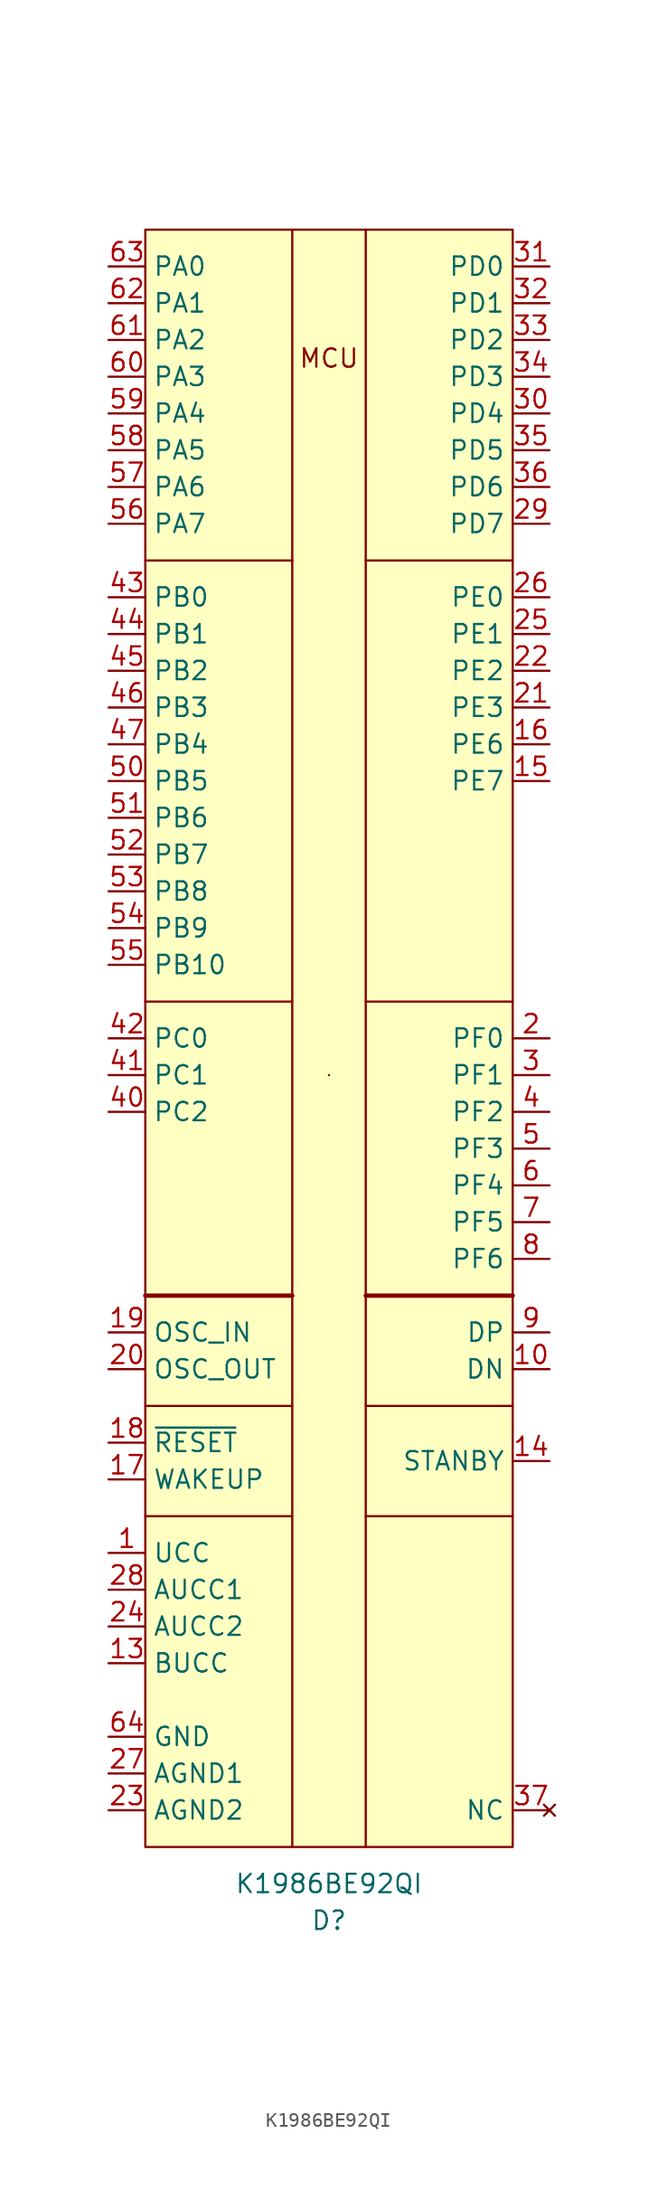
<source format=kicad_sym>
(kicad_symbol_lib
  (version 20211014)
  (generator kicad_symbol_editor)
  (symbol "K1986BE92QI"
    (property "Reference" "D"
      (at 0 -60.96 0)
      (effects (font (size 1.27 1.27))))
    (property "Value" "K1986BE92QI"
      (at 0 -58.42 0)
      (effects (font (size 1.27 1.27))))
    (symbol "K1986BE92QI_0_0"
      (text "MCU" (at 0 46.99 0) (effects (font (size 1.27 1.27)))))
    (symbol "K1986BE92QI_0_1"
      (rectangle (start -12.7 55.88) (end 12.7 -55.88) (stroke (width 0.152) (type default) (color 0 0 0 0)) (fill (type background)))
      (rectangle (start 0 -2.54) (end 0 -2.54) (stroke (width 0.152) (type default) (color 0 0 0 0)) (fill (type none)))
      (polyline (pts (xy -12.7 -33.02) (xy -2.54 -33.02)) (stroke (width 0.152) (type default) (color 0 0 0 0)) (fill (type none)))
      (polyline (pts (xy -12.7 -25.4) (xy -2.54 -25.4)) (stroke (width 0.152) (type default) (color 0 0 0 0)) (fill (type none)))
      (polyline (pts (xy -12.7 -17.78) (xy -2.54 -17.78)) (stroke (width 0.3) (type default) (color 0 0 0 0)) (fill (type none)))
      (polyline (pts (xy -12.7 2.54) (xy -2.54 2.54)) (stroke (width 0.152) (type default) (color 0 0 0 0)) (fill (type none)))
      (polyline (pts (xy -12.7 33.02) (xy -2.54 33.02)) (stroke (width 0.152) (type default) (color 0 0 0 0)) (fill (type none)))
      (polyline (pts (xy -2.54 55.88) (xy -2.54 -55.88)) (stroke (width 0.152) (type default) (color 0 0 0 0)) (fill (type none)))
      (polyline (pts (xy 2.54 -55.88) (xy 2.54 55.88)) (stroke (width 0.152) (type default) (color 0 0 0 0)) (fill (type none)))
      (polyline (pts (xy 2.54 -33.02) (xy 12.7 -33.02)) (stroke (width 0.152) (type default) (color 0 0 0 0)) (fill (type none)))
      (polyline (pts (xy 2.54 -25.4) (xy 12.7 -25.4)) (stroke (width 0.152) (type default) (color 0 0 0 0)) (fill (type none)))
      (polyline (pts (xy 2.54 -17.78) (xy 12.7 -17.78)) (stroke (width 0.3) (type default) (color 0 0 0 0)) (fill (type none)))
      (polyline (pts (xy 2.54 2.54) (xy 12.7 2.54)) (stroke (width 0.152) (type default) (color 0 0 0 0)) (fill (type none)))
      (polyline (pts (xy 2.54 33.02) (xy 12.7 33.02)) (stroke (width 0.152) (type default) (color 0 0 0 0)) (fill (type none))))
    (symbol "K1986BE92QI_1_1"
      (pin power_in line (at -15.24 -35.56 0) (length 2.54) (name "UCC" (effects (font (size 1.27 1.27)))) (number "1" (effects (font (size 1.27 1.27)))))
      (pin input line (at 15.24 -22.86 180) (length 2.54) (name "DN" (effects (font (size 1.27 1.27)))) (number "10" (effects (font (size 1.27 1.27)))))
      (pin power_in line (at -15.24 -48.26 0) (length 2.54) hide (name "GND" (effects (font (size 1.27 1.27)))) (number "11" (effects (font (size 1.27 1.27)))))
      (pin power_in line (at -15.24 -35.56 0) (length 2.54) hide (name "UCC" (effects (font (size 1.27 1.27)))) (number "12" (effects (font (size 1.27 1.27)))))
      (pin power_in line (at -15.24 -43.18 0) (length 2.54) (name "BUCC" (effects (font (size 1.27 1.27)))) (number "13" (effects (font (size 1.27 1.27)))))
      (pin input line (at 15.24 -29.21 180) (length 2.54) (name "STANBY" (effects (font (size 1.27 1.27)))) (number "14" (effects (font (size 1.27 1.27)))))
      (pin bidirectional line (at 15.24 17.78 180) (length 2.54) (name "PE7" (effects (font (size 1.27 1.27)))) (number "15" (effects (font (size 1.27 1.27)))))
      (pin bidirectional line (at 15.24 20.32 180) (length 2.54) (name "PE6" (effects (font (size 1.27 1.27)))) (number "16" (effects (font (size 1.27 1.27)))))
      (pin input line (at -15.24 -30.48 0) (length 2.54) (name "WAKEUP" (effects (font (size 1.27 1.27)))) (number "17" (effects (font (size 1.27 1.27)))))
      (pin input line (at -15.24 -27.94 0) (length 2.54) (name "~{RESET}" (effects (font (size 1.27 1.27)))) (number "18" (effects (font (size 1.27 1.27)))))
      (pin input line (at -15.24 -20.32 0) (length 2.54) (name "OSC_IN" (effects (font (size 1.27 1.27)))) (number "19" (effects (font (size 1.27 1.27)))))
      (pin bidirectional line (at 15.24 0 180) (length 2.54) (name "PF0" (effects (font (size 1.27 1.27)))) (number "2" (effects (font (size 1.27 1.27)))))
      (pin output line (at -15.24 -22.86 0) (length 2.54) (name "OSC_OUT" (effects (font (size 1.27 1.27)))) (number "20" (effects (font (size 1.27 1.27)))))
      (pin bidirectional line (at 15.24 22.86 180) (length 2.54) (name "PE3" (effects (font (size 1.27 1.27)))) (number "21" (effects (font (size 1.27 1.27)))))
      (pin bidirectional line (at 15.24 25.4 180) (length 2.54) (name "PE2" (effects (font (size 1.27 1.27)))) (number "22" (effects (font (size 1.27 1.27)))))
      (pin power_in line (at -15.24 -53.34 0) (length 2.54) (name "AGND2" (effects (font (size 1.27 1.27)))) (number "23" (effects (font (size 1.27 1.27)))))
      (pin power_in line (at -15.24 -40.64 0) (length 2.54) (name "AUCC2" (effects (font (size 1.27 1.27)))) (number "24" (effects (font (size 1.27 1.27)))))
      (pin bidirectional line (at 15.24 27.94 180) (length 2.54) (name "PE1" (effects (font (size 1.27 1.27)))) (number "25" (effects (font (size 1.27 1.27)))))
      (pin bidirectional line (at 15.24 30.48 180) (length 2.54) (name "PE0" (effects (font (size 1.27 1.27)))) (number "26" (effects (font (size 1.27 1.27)))))
      (pin power_in line (at -15.24 -50.8 0) (length 2.54) (name "AGND1" (effects (font (size 1.27 1.27)))) (number "27" (effects (font (size 1.27 1.27)))))
      (pin power_in line (at -15.24 -38.1 0) (length 2.54) (name "AUCC1" (effects (font (size 1.27 1.27)))) (number "28" (effects (font (size 1.27 1.27)))))
      (pin bidirectional line (at 15.24 35.56 180) (length 2.54) (name "PD7" (effects (font (size 1.27 1.27)))) (number "29" (effects (font (size 1.27 1.27)))))
      (pin bidirectional line (at 15.24 -2.54 180) (length 2.54) (name "PF1" (effects (font (size 1.27 1.27)))) (number "3" (effects (font (size 1.27 1.27)))))
      (pin bidirectional line (at 15.24 43.18 180) (length 2.54) (name "PD4" (effects (font (size 1.27 1.27)))) (number "30" (effects (font (size 1.27 1.27)))))
      (pin bidirectional line (at 15.24 53.34 180) (length 2.54) (name "PD0" (effects (font (size 1.27 1.27)))) (number "31" (effects (font (size 1.27 1.27)))))
      (pin bidirectional line (at 15.24 50.8 180) (length 2.54) (name "PD1" (effects (font (size 1.27 1.27)))) (number "32" (effects (font (size 1.27 1.27)))))
      (pin bidirectional line (at 15.24 48.26 180) (length 2.54) (name "PD2" (effects (font (size 1.27 1.27)))) (number "33" (effects (font (size 1.27 1.27)))))
      (pin bidirectional line (at 15.24 45.72 180) (length 2.54) (name "PD3" (effects (font (size 1.27 1.27)))) (number "34" (effects (font (size 1.27 1.27)))))
      (pin bidirectional line (at 15.24 40.64 180) (length 2.54) (name "PD5" (effects (font (size 1.27 1.27)))) (number "35" (effects (font (size 1.27 1.27)))))
      (pin bidirectional line (at 15.24 38.1 180) (length 2.54) (name "PD6" (effects (font (size 1.27 1.27)))) (number "36" (effects (font (size 1.27 1.27)))))
      (pin no_connect line (at 15.24 -53.34 180) (length 2.54) (name "NC" (effects (font (size 1.27 1.27)))) (number "37" (effects (font (size 1.27 1.27)))))
      (pin power_in line (at -15.24 -35.56 0) (length 2.54) hide (name "UCC" (effects (font (size 1.27 1.27)))) (number "38" (effects (font (size 1.27 1.27)))))
      (pin power_in line (at -15.24 -48.26 0) (length 2.54) hide (name "GND" (effects (font (size 1.27 1.27)))) (number "39" (effects (font (size 1.27 1.27)))))
      (pin bidirectional line (at 15.24 -5.08 180) (length 2.54) (name "PF2" (effects (font (size 1.27 1.27)))) (number "4" (effects (font (size 1.27 1.27)))))
      (pin bidirectional line (at -15.24 -5.08 0) (length 2.54) (name "PC2" (effects (font (size 1.27 1.27)))) (number "40" (effects (font (size 1.27 1.27)))))
      (pin bidirectional line (at -15.24 -2.54 0) (length 2.54) (name "PC1" (effects (font (size 1.27 1.27)))) (number "41" (effects (font (size 1.27 1.27)))))
      (pin bidirectional line (at -15.24 0 0) (length 2.54) (name "PC0" (effects (font (size 1.27 1.27)))) (number "42" (effects (font (size 1.27 1.27)))))
      (pin bidirectional line (at -15.24 30.48 0) (length 2.54) (name "PB0" (effects (font (size 1.27 1.27)))) (number "43" (effects (font (size 1.27 1.27)))))
      (pin bidirectional line (at -15.24 27.94 0) (length 2.54) (name "PB1" (effects (font (size 1.27 1.27)))) (number "44" (effects (font (size 1.27 1.27)))))
      (pin bidirectional line (at -15.24 25.4 0) (length 2.54) (name "PB2" (effects (font (size 1.27 1.27)))) (number "45" (effects (font (size 1.27 1.27)))))
      (pin bidirectional line (at -15.24 22.86 0) (length 2.54) (name "PB3" (effects (font (size 1.27 1.27)))) (number "46" (effects (font (size 1.27 1.27)))))
      (pin bidirectional line (at -15.24 20.32 0) (length 2.54) (name "PB4" (effects (font (size 1.27 1.27)))) (number "47" (effects (font (size 1.27 1.27)))))
      (pin power_in line (at -15.24 -35.56 0) (length 2.54) hide (name "UCC" (effects (font (size 1.27 1.27)))) (number "48" (effects (font (size 1.27 1.27)))))
      (pin power_in line (at -15.24 -48.26 0) (length 2.54) hide (name "GND" (effects (font (size 1.27 1.27)))) (number "49" (effects (font (size 1.27 1.27)))))
      (pin bidirectional line (at 15.24 -7.62 180) (length 2.54) (name "PF3" (effects (font (size 1.27 1.27)))) (number "5" (effects (font (size 1.27 1.27)))))
      (pin bidirectional line (at -15.24 17.78 0) (length 2.54) (name "PB5" (effects (font (size 1.27 1.27)))) (number "50" (effects (font (size 1.27 1.27)))))
      (pin bidirectional line (at -15.24 15.24 0) (length 2.54) (name "PB6" (effects (font (size 1.27 1.27)))) (number "51" (effects (font (size 1.27 1.27)))))
      (pin bidirectional line (at -15.24 12.7 0) (length 2.54) (name "PB7" (effects (font (size 1.27 1.27)))) (number "52" (effects (font (size 1.27 1.27)))))
      (pin bidirectional line (at -15.24 10.16 0) (length 2.54) (name "PB8" (effects (font (size 1.27 1.27)))) (number "53" (effects (font (size 1.27 1.27)))))
      (pin bidirectional line (at -15.24 7.62 0) (length 2.54) (name "PB9" (effects (font (size 1.27 1.27)))) (number "54" (effects (font (size 1.27 1.27)))))
      (pin bidirectional line (at -15.24 5.08 0) (length 2.54) (name "PB10" (effects (font (size 1.27 1.27)))) (number "55" (effects (font (size 1.27 1.27)))))
      (pin bidirectional line (at -15.24 35.56 0) (length 2.54) (name "PA7" (effects (font (size 1.27 1.27)))) (number "56" (effects (font (size 1.27 1.27)))))
      (pin bidirectional line (at -15.24 38.1 0) (length 2.54) (name "PA6" (effects (font (size 1.27 1.27)))) (number "57" (effects (font (size 1.27 1.27)))))
      (pin bidirectional line (at -15.24 40.64 0) (length 2.54) (name "PA5" (effects (font (size 1.27 1.27)))) (number "58" (effects (font (size 1.27 1.27)))))
      (pin bidirectional line (at -15.24 43.18 0) (length 2.54) (name "PA4" (effects (font (size 1.27 1.27)))) (number "59" (effects (font (size 1.27 1.27)))))
      (pin bidirectional line (at 15.24 -10.16 180) (length 2.54) (name "PF4" (effects (font (size 1.27 1.27)))) (number "6" (effects (font (size 1.27 1.27)))))
      (pin bidirectional line (at -15.24 45.72 0) (length 2.54) (name "PA3" (effects (font (size 1.27 1.27)))) (number "60" (effects (font (size 1.27 1.27)))))
      (pin bidirectional line (at -15.24 48.26 0) (length 2.54) (name "PA2" (effects (font (size 1.27 1.27)))) (number "61" (effects (font (size 1.27 1.27)))))
      (pin bidirectional line (at -15.24 50.8 0) (length 2.54) (name "PA1" (effects (font (size 1.27 1.27)))) (number "62" (effects (font (size 1.27 1.27)))))
      (pin bidirectional line (at -15.24 53.34 0) (length 2.54) (name "PA0" (effects (font (size 1.27 1.27)))) (number "63" (effects (font (size 1.27 1.27)))))
      (pin power_in line (at -15.24 -48.26 0) (length 2.54) (name "GND" (effects (font (size 1.27 1.27)))) (number "64" (effects (font (size 1.27 1.27)))))
      (pin bidirectional line (at 15.24 -12.7 180) (length 2.54) (name "PF5" (effects (font (size 1.27 1.27)))) (number "7" (effects (font (size 1.27 1.27)))))
      (pin bidirectional line (at 15.24 -15.24 180) (length 2.54) (name "PF6" (effects (font (size 1.27 1.27)))) (number "8" (effects (font (size 1.27 1.27)))))
      (pin input line (at 15.24 -20.32 180) (length 2.54) (name "DP" (effects (font (size 1.27 1.27)))) (number "9" (effects (font (size 1.27 1.27))))))))
</source>
